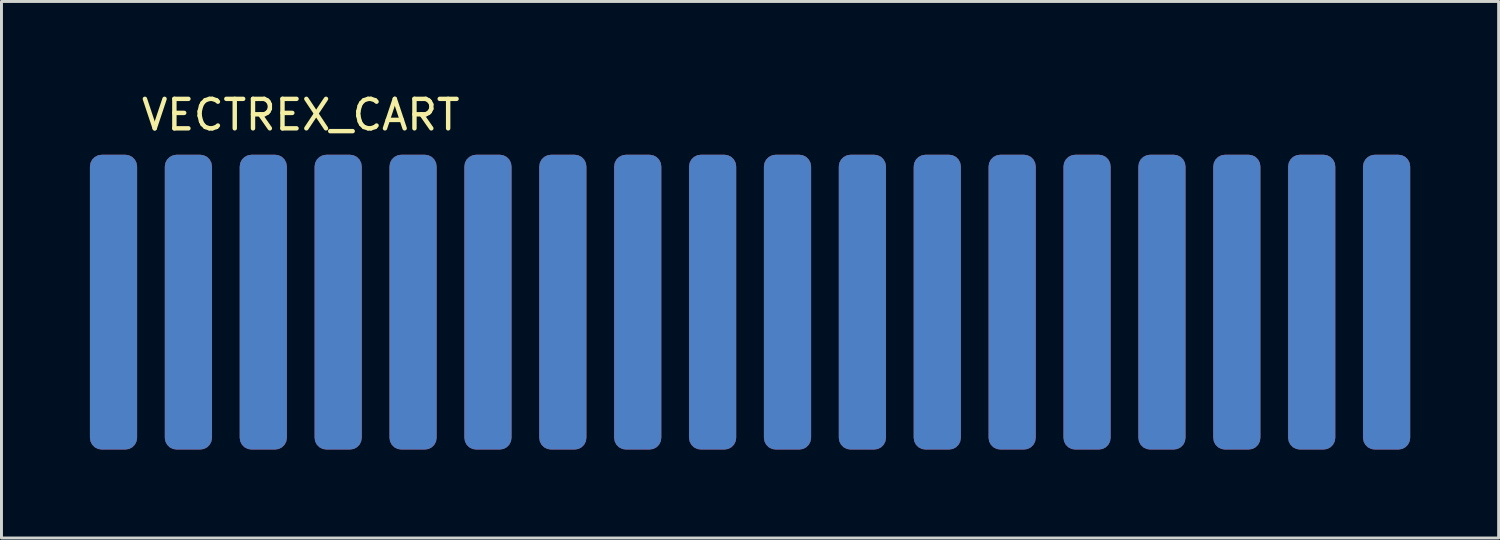
<source format=kicad_pcb>
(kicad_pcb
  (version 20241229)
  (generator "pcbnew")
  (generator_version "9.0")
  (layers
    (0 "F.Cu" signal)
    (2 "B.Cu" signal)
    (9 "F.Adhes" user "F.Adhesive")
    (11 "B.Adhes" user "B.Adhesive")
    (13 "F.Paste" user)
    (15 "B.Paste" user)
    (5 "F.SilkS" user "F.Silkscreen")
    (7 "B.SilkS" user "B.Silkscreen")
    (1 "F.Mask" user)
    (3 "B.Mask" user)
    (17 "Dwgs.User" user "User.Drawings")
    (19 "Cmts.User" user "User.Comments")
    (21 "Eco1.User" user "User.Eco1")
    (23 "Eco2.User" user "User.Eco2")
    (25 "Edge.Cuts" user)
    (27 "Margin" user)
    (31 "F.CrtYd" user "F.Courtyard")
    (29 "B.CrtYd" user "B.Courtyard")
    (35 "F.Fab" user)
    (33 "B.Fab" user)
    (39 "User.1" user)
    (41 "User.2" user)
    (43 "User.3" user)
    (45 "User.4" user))
  (footprint "VECTREX_CART"
    (layer "F.Cu")
    (at 22.39 7.198)
    (property "Reference" "VECTREX_CART" (at -15.24 -6.35 0) (layer "F.SilkS") (effects (font (size 1 1) (thickness 0.15))))
    (attr exclude_from_pos_files exclude_from_bom)
    (pad "1" connect roundrect (at -21.59 4 180) (size 1.6 10) (drill (offset 0 4)) (layers "B.Cu" "B.Mask") (roundrect_rratio 0.25))
    (pad "2" connect roundrect (at -21.59 4) (size 1.6 10) (drill (offset 0 -4)) (layers "F.Cu" "F.Mask") (roundrect_rratio 0.25))
    (pad "3" connect roundrect (at -19.05 4 180) (size 1.6 10) (drill (offset 0 4)) (layers "B.Cu" "B.Mask") (roundrect_rratio 0.25))
    (pad "4" connect roundrect (at -19.05 4) (size 1.6 10) (drill (offset 0 -4)) (layers "F.Cu" "F.Mask") (roundrect_rratio 0.25))
    (pad "5" connect roundrect (at -16.51 4 180) (size 1.6 10) (drill (offset 0 4)) (layers "B.Cu" "B.Mask") (roundrect_rratio 0.25))
    (pad "6" connect roundrect (at -16.51 4) (size 1.6 10) (drill (offset 0 -4)) (layers "F.Cu" "F.Mask") (roundrect_rratio 0.25))
    (pad "7" connect roundrect (at -13.97 4 180) (size 1.6 10) (drill (offset 0 4)) (layers "B.Cu" "B.Mask") (roundrect_rratio 0.25))
    (pad "8" connect roundrect (at -13.97 4) (size 1.6 10) (drill (offset 0 -4)) (layers "F.Cu" "F.Mask") (roundrect_rratio 0.25))
    (pad "9" connect roundrect (at -11.43 4 180) (size 1.6 10) (drill (offset 0 4)) (layers "B.Cu" "B.Mask") (roundrect_rratio 0.25))
    (pad "10" connect roundrect (at -11.43 4) (size 1.6 10) (drill (offset 0 -4)) (layers "F.Cu" "F.Mask") (roundrect_rratio 0.25))
    (pad "11" connect roundrect (at -8.89 4 180) (size 1.6 10) (drill (offset 0 4)) (layers "B.Cu" "B.Mask") (roundrect_rratio 0.25))
    (pad "12" connect roundrect (at -8.89 4) (size 1.6 10) (drill (offset 0 -4)) (layers "F.Cu" "F.Mask") (roundrect_rratio 0.25))
    (pad "13" connect roundrect (at -6.35 4 180) (size 1.6 10) (drill (offset 0 4)) (layers "B.Cu" "B.Mask") (roundrect_rratio 0.25))
    (pad "14" connect roundrect (at -6.35 4) (size 1.6 10) (drill (offset 0 -4)) (layers "F.Cu" "F.Mask") (roundrect_rratio 0.25))
    (pad "15" connect roundrect (at -3.81 4 180) (size 1.6 10) (drill (offset 0 4)) (layers "B.Cu" "B.Mask") (roundrect_rratio 0.25))
    (pad "16" connect roundrect (at -3.81 4) (size 1.6 10) (drill (offset 0 -4)) (layers "F.Cu" "F.Mask") (roundrect_rratio 0.25))
    (pad "17" connect roundrect (at -1.27 4 180) (size 1.6 10) (drill (offset 0 4)) (layers "B.Cu" "B.Mask") (roundrect_rratio 0.25))
    (pad "18" connect roundrect (at -1.27 4) (size 1.6 10) (drill (offset 0 -4)) (layers "F.Cu" "F.Mask") (roundrect_rratio 0.25))
    (pad "19" connect roundrect (at 1.27 4 180) (size 1.6 10) (drill (offset 0 4)) (layers "B.Cu" "B.Mask") (roundrect_rratio 0.25))
    (pad "20" connect roundrect (at 1.27 4) (size 1.6 10) (drill (offset 0 -4)) (layers "F.Cu" "F.Mask") (roundrect_rratio 0.25))
    (pad "21" connect roundrect (at 3.81 4 180) (size 1.6 10) (drill (offset 0 4)) (layers "B.Cu" "B.Mask") (roundrect_rratio 0.25))
    (pad "22" connect roundrect (at 3.81 4) (size 1.6 10) (drill (offset 0 -4)) (layers "F.Cu" "F.Mask") (roundrect_rratio 0.25))
    (pad "23" connect roundrect (at 6.35 4 180) (size 1.6 10) (drill (offset 0 4)) (layers "B.Cu" "B.Mask") (roundrect_rratio 0.25))
    (pad "24" connect roundrect (at 6.35 4) (size 1.6 10) (drill (offset 0 -4)) (layers "F.Cu" "F.Mask") (roundrect_rratio 0.25))
    (pad "25" connect roundrect (at 8.89 4 180) (size 1.6 10) (drill (offset 0 4)) (layers "B.Cu" "B.Mask") (roundrect_rratio 0.25))
    (pad "26" connect roundrect (at 8.89 4) (size 1.6 10) (drill (offset 0 -4)) (layers "F.Cu" "F.Mask") (roundrect_rratio 0.25))
    (pad "27" connect roundrect (at 11.43 4 180) (size 1.6 10) (drill (offset 0 4)) (layers "B.Cu" "B.Mask") (roundrect_rratio 0.25))
    (pad "28" connect roundrect (at 11.43 4) (size 1.6 10) (drill (offset 0 -4)) (layers "F.Cu" "F.Mask") (roundrect_rratio 0.25))
    (pad "29" connect roundrect (at 13.97 4 180) (size 1.6 10) (drill (offset 0 4)) (layers "B.Cu" "B.Mask") (roundrect_rratio 0.25))
    (pad "30" connect roundrect (at 13.97 4) (size 1.6 10) (drill (offset 0 -4)) (layers "F.Cu" "F.Mask") (roundrect_rratio 0.25))
    (pad "31" connect roundrect (at 16.51 4 180) (size 1.6 10) (drill (offset 0 4)) (layers "B.Cu" "B.Mask") (roundrect_rratio 0.25))
    (pad "32" connect roundrect (at 16.51 4) (size 1.6 10) (drill (offset 0 -4)) (layers "F.Cu" "F.Mask") (roundrect_rratio 0.25))
    (pad "33" connect roundrect (at 19.05 4 180) (size 1.6 10) (drill (offset 0 4)) (layers "B.Cu" "B.Mask") (roundrect_rratio 0.25))
    (pad "34" connect roundrect (at 19.05 4) (size 1.6 10) (drill (offset 0 -4)) (layers "F.Cu" "F.Mask") (roundrect_rratio 0.25))
    (pad "35" connect roundrect (at 21.59 4 180) (size 1.6 10) (drill (offset 0 4)) (layers "B.Cu" "B.Mask") (roundrect_rratio 0.25))
    (pad "36" connect roundrect (at 21.59 4) (size 1.6 10) (drill (offset 0 -4)) (layers "F.Cu" "F.Mask") (roundrect_rratio 0.25)))
  (gr_rect
    (start -3 -3)
    (end 47.78 15.198)
    (stroke (width 0.1) (type default))
    (fill no)
    (layer "Edge.Cuts")))
</source>
